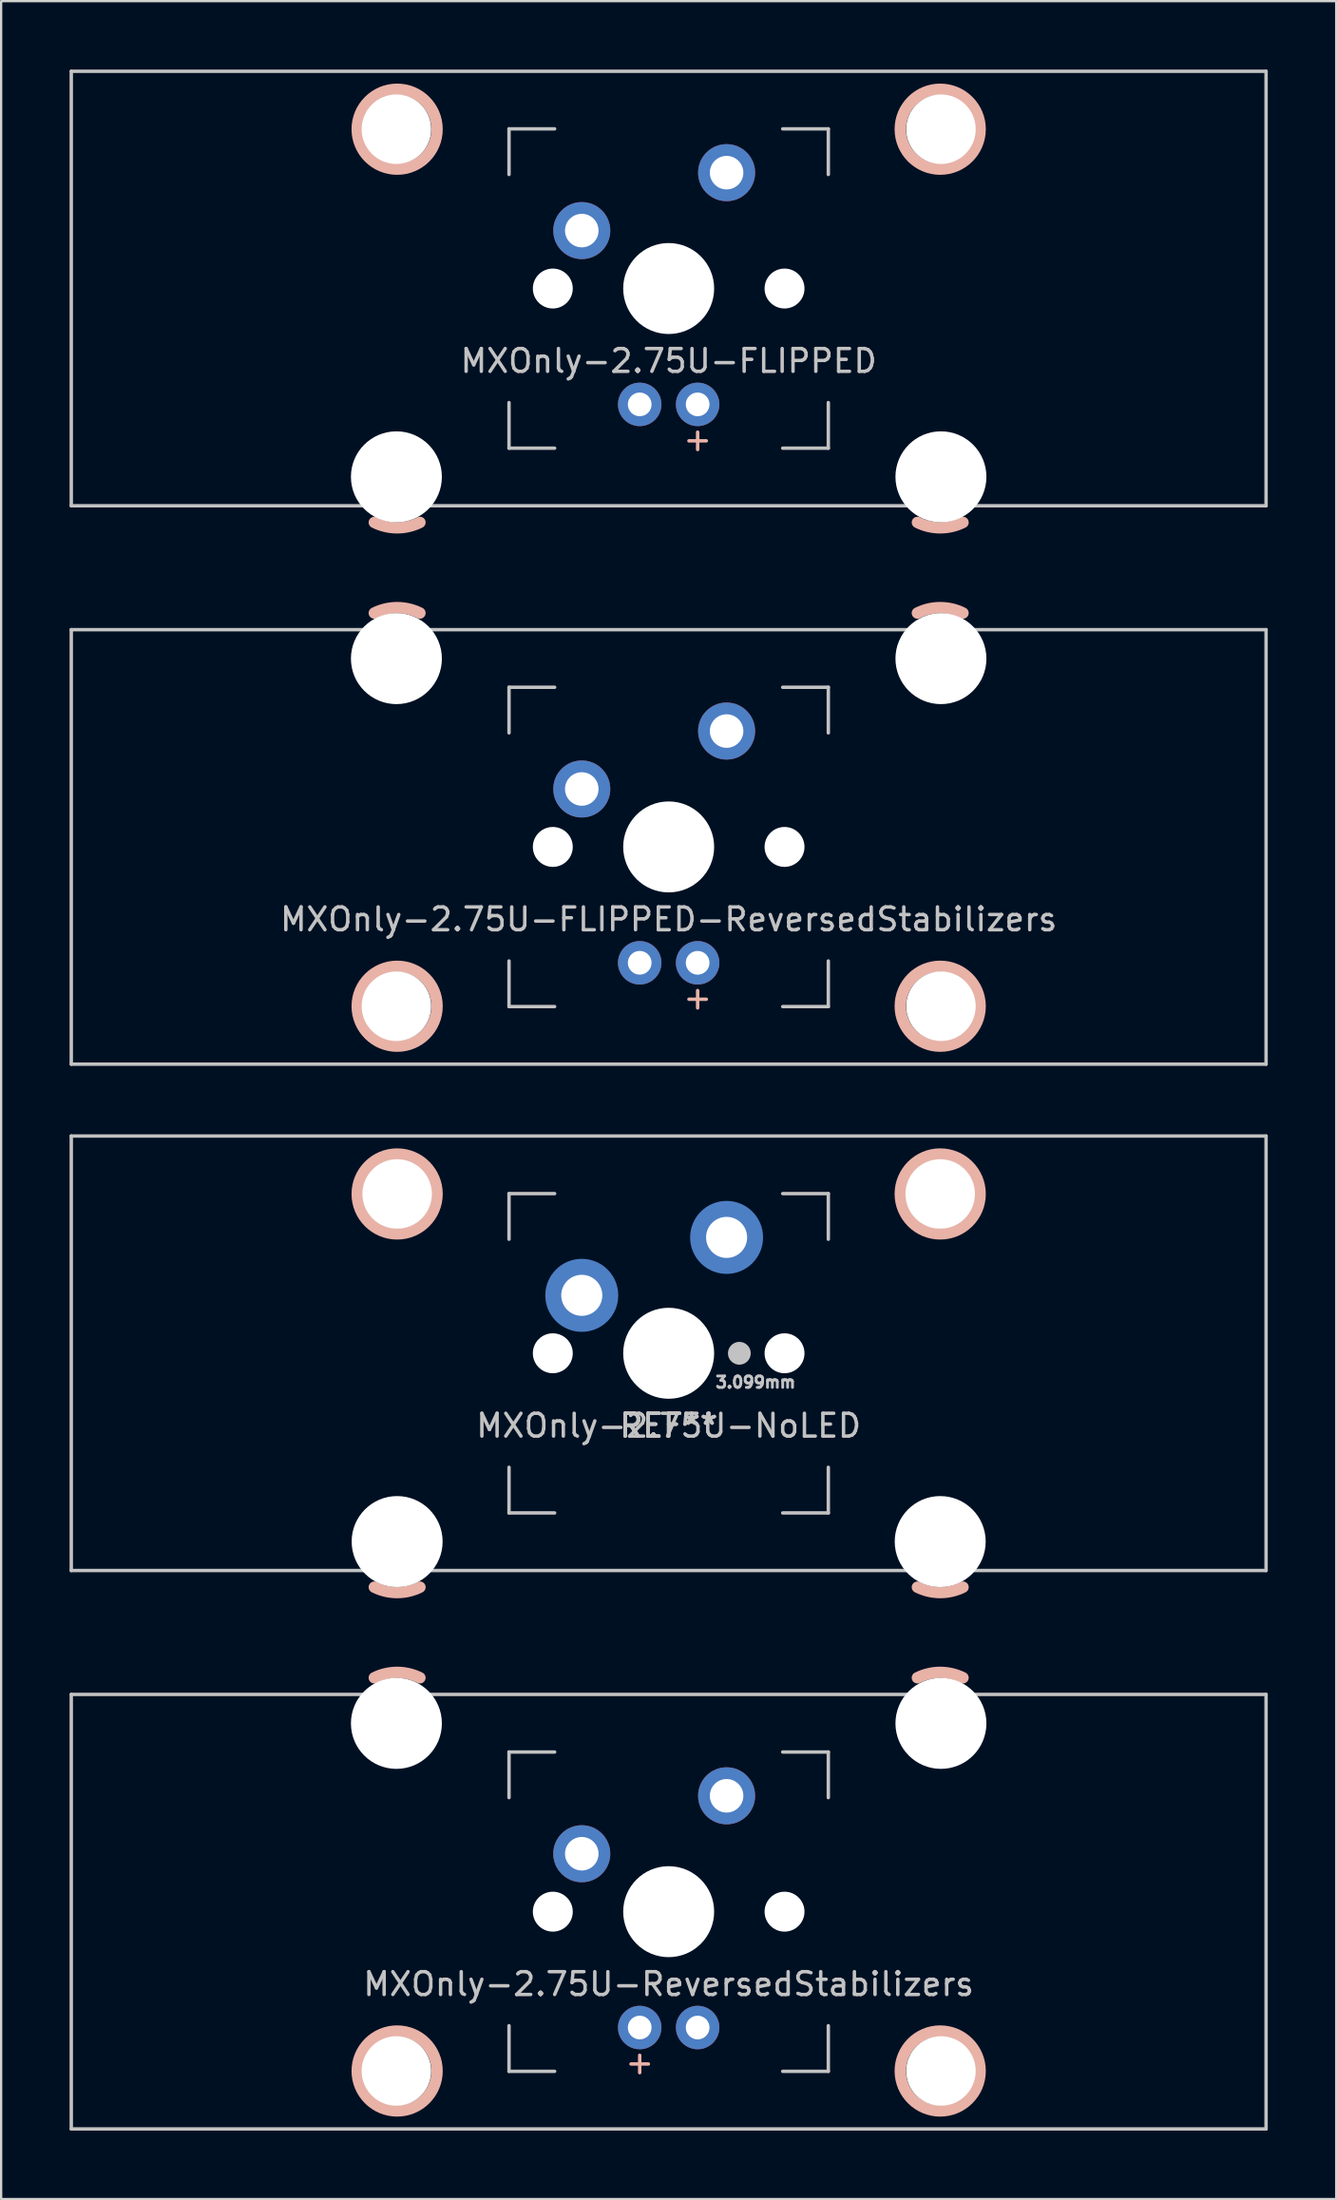
<source format=kicad_pcb>
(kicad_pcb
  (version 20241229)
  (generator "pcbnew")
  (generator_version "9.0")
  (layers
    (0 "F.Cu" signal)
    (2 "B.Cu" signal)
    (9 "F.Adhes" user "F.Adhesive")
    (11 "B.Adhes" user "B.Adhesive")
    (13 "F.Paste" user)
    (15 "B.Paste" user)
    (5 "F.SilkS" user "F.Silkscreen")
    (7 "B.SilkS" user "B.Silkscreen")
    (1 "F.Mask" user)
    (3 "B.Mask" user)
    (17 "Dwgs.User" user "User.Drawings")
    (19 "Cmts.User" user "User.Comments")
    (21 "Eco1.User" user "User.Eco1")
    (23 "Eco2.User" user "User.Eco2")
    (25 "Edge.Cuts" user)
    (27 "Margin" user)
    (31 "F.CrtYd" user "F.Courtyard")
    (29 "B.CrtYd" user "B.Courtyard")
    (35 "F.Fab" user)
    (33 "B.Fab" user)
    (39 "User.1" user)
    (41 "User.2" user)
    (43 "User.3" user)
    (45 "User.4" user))
  (footprint "MXOnly-2.75U-ReversedStabilizers"
    (layer "F.Cu")
    (at 26.269 80.764)
    (property "Reference" "MXOnly-2.75U-ReversedStabilizers" (at 0 3.175 0) (layer "Dwgs.User") (effects (font (size 1 1) (thickness 0.15))))
    (attr through_hole)
    (fp_arc (start -12.90625 -10.255) (mid -11.906837 -10.491068) (end -10.907301 -10.255525) (stroke (width 0.5) (type solid)) (layer "B.SilkS"))
    (fp_arc (start 10.90625 -10.255) (mid 11.905663 -10.491068) (end 12.905199 -10.255525) (stroke (width 0.5) (type solid)) (layer "B.SilkS"))
    (fp_circle (center -11.906 6.985) (end -13.656 6.985) (stroke (width 0.5) (type solid)) (fill no) (layer "B.SilkS"))
    (fp_circle (center 11.906 6.985) (end 10.156 6.985) (stroke (width 0.5) (type solid)) (fill no) (layer "B.SilkS"))
    (fp_line (start -26.194 -9.525) (end 26.194 -9.525) (stroke (width 0.15) (type solid)) (layer "Dwgs.User"))
    (fp_line (start -26.194 9.525) (end -26.194 -9.525) (stroke (width 0.15) (type solid)) (layer "Dwgs.User"))
    (fp_line (start -26.194 9.525) (end 26.194 9.525) (stroke (width 0.15) (type solid)) (layer "Dwgs.User"))
    (fp_line (start -7 -7) (end -7 -5) (stroke (width 0.15) (type solid)) (layer "Dwgs.User"))
    (fp_line (start -7 5) (end -7 7) (stroke (width 0.15) (type solid)) (layer "Dwgs.User"))
    (fp_line (start -7 7) (end -5 7) (stroke (width 0.15) (type solid)) (layer "Dwgs.User"))
    (fp_line (start -5 -7) (end -7 -7) (stroke (width 0.15) (type solid)) (layer "Dwgs.User"))
    (fp_line (start 5 -7) (end 7 -7) (stroke (width 0.15) (type solid)) (layer "Dwgs.User"))
    (fp_line (start 5 7) (end 7 7) (stroke (width 0.15) (type solid)) (layer "Dwgs.User"))
    (fp_line (start 7 -7) (end 7 -5) (stroke (width 0.15) (type solid)) (layer "Dwgs.User"))
    (fp_line (start 7 7) (end 7 5) (stroke (width 0.15) (type solid)) (layer "Dwgs.User"))
    (fp_line (start 26.194 -9.525) (end 26.194 9.525) (stroke (width 0.15) (type solid)) (layer "Dwgs.User"))
    (fp_text user "+" (at -1.27 6.604 0) (layer "B.SilkS") (effects (font (size 1 1) (thickness 0.15))))
    (pad "" np_thru_hole circle (at -11.938 -8.255) (size 3.988 3.988) (drill 3.988) (layers "*.Cu" "*.Mask"))
    (pad "" np_thru_hole circle (at -11.938 6.985) (size 3.048 3.048) (drill 3.048) (layers "*.Cu" "*.Mask"))
    (pad "" np_thru_hole circle (at -5.08 0 48.1) (size 1.75 1.75) (drill 1.75) (layers "*.Cu" "*.Mask"))
    (pad "" np_thru_hole circle (at 0 0) (size 3.988 3.988) (drill 3.988) (layers "*.Cu" "*.Mask"))
    (pad "" np_thru_hole circle (at 5.08 0 48.1) (size 1.75 1.75) (drill 1.75) (layers "*.Cu" "*.Mask"))
    (pad "" np_thru_hole circle (at 11.938 -8.255) (size 3.988 3.988) (drill 3.988) (layers "*.Cu" "*.Mask"))
    (pad "" np_thru_hole circle (at 11.938 6.985) (size 3.048 3.048) (drill 3.048) (layers "*.Cu" "*.Mask"))
    (pad "1" thru_hole circle (at -3.81 -2.54) (size 2.5 2.5) (drill 1.47) (layers "*.Cu" "*.Mask"))
    (pad "2" thru_hole circle (at 2.54 -5.08) (size 2.5 2.5) (drill 1.47) (layers "*.Cu" "*.Mask"))
    (pad "3" thru_hole circle (at -1.27 5.08) (size 1.905 1.905) (drill 1.04) (layers "*.Cu" "*.Mask"))
    (pad "4" thru_hole circle (at 1.27 5.08) (size 1.905 1.905) (drill 1.04) (layers "*.Cu" "*.Mask")))
  (footprint "MXOnly-2.75U-FLIPPED"
    (layer "F.Cu")
    (at 26.269 9.6)
    (property "Reference" "MXOnly-2.75U-FLIPPED" (at 0 3.175 0) (layer "Dwgs.User") (effects (font (size 1 1) (thickness 0.15))))
    (attr through_hole)
    (fp_arc (start -10.90625 10.255) (mid -11.905663 10.491068) (end -12.905199 10.255525) (stroke (width 0.5) (type solid)) (layer "B.SilkS"))
    (fp_arc (start 12.90625 10.255) (mid 11.906837 10.491068) (end 10.907301 10.255525) (stroke (width 0.5) (type solid)) (layer "B.SilkS"))
    (fp_circle (center -11.906 -6.985) (end -10.156 -6.985) (stroke (width 0.5) (type solid)) (fill no) (layer "B.SilkS"))
    (fp_circle (center 11.906 -6.985) (end 13.656 -6.985) (stroke (width 0.5) (type solid)) (fill no) (layer "B.SilkS"))
    (fp_line (start -26.194 -9.525) (end 26.194 -9.525) (stroke (width 0.15) (type solid)) (layer "Dwgs.User"))
    (fp_line (start -26.194 9.525) (end -26.194 -9.525) (stroke (width 0.15) (type solid)) (layer "Dwgs.User"))
    (fp_line (start -26.194 9.525) (end 26.194 9.525) (stroke (width 0.15) (type solid)) (layer "Dwgs.User"))
    (fp_line (start -7 -7) (end -7 -5) (stroke (width 0.15) (type solid)) (layer "Dwgs.User"))
    (fp_line (start -7 5) (end -7 7) (stroke (width 0.15) (type solid)) (layer "Dwgs.User"))
    (fp_line (start -7 7) (end -5 7) (stroke (width 0.15) (type solid)) (layer "Dwgs.User"))
    (fp_line (start -5 -7) (end -7 -7) (stroke (width 0.15) (type solid)) (layer "Dwgs.User"))
    (fp_line (start 5 -7) (end 7 -7) (stroke (width 0.15) (type solid)) (layer "Dwgs.User"))
    (fp_line (start 5 7) (end 7 7) (stroke (width 0.15) (type solid)) (layer "Dwgs.User"))
    (fp_line (start 7 -7) (end 7 -5) (stroke (width 0.15) (type solid)) (layer "Dwgs.User"))
    (fp_line (start 7 7) (end 7 5) (stroke (width 0.15) (type solid)) (layer "Dwgs.User"))
    (fp_line (start 26.194 -9.525) (end 26.194 9.525) (stroke (width 0.15) (type solid)) (layer "Dwgs.User"))
    (fp_text user "+" (at 1.27 6.604 0) (layer "B.SilkS") (effects (font (size 1 1) (thickness 0.15))))
    (pad "" np_thru_hole circle (at -11.938 -6.985) (size 3.048 3.048) (drill 3.048) (layers "*.Cu" "*.Mask"))
    (pad "" np_thru_hole circle (at -11.938 8.255) (size 3.988 3.988) (drill 3.988) (layers "*.Cu" "*.Mask"))
    (pad "" np_thru_hole circle (at -5.08 0 48.1) (size 1.75 1.75) (drill 1.75) (layers "*.Cu" "*.Mask"))
    (pad "" np_thru_hole circle (at 0 0) (size 3.988 3.988) (drill 3.988) (layers "*.Cu" "*.Mask"))
    (pad "" np_thru_hole circle (at 5.08 0 48.1) (size 1.75 1.75) (drill 1.75) (layers "*.Cu" "*.Mask"))
    (pad "" np_thru_hole circle (at 11.938 -6.985) (size 3.048 3.048) (drill 3.048) (layers "*.Cu" "*.Mask"))
    (pad "" np_thru_hole circle (at 11.938 8.255) (size 3.988 3.988) (drill 3.988) (layers "*.Cu" "*.Mask"))
    (pad "1" thru_hole circle (at -3.81 -2.54) (size 2.5 2.5) (drill 1.47) (layers "*.Cu" "*.Mask"))
    (pad "2" thru_hole circle (at 2.54 -5.08) (size 2.5 2.5) (drill 1.47) (layers "*.Cu" "*.Mask"))
    (pad "3" thru_hole circle (at 1.27 5.08) (size 1.905 1.905) (drill 1.04) (layers "*.Cu" "*.Mask"))
    (pad "4" thru_hole circle (at -1.27 5.08) (size 1.905 1.905) (drill 1.04) (layers "*.Cu" "*.Mask")))
  (footprint "MXOnly-2.75U-FLIPPED-ReversedStabilizers"
    (layer "F.Cu")
    (at 26.269 34.082)
    (property "Reference" "MXOnly-2.75U-FLIPPED-ReversedStabilizers" (at 0 3.175 0) (layer "Dwgs.User") (effects (font (size 1 1) (thickness 0.15))))
    (attr through_hole)
    (fp_arc (start -12.90625 -10.255) (mid -11.906837 -10.491068) (end -10.907301 -10.255525) (stroke (width 0.5) (type solid)) (layer "B.SilkS"))
    (fp_arc (start 10.90625 -10.255) (mid 11.905663 -10.491068) (end 12.905199 -10.255525) (stroke (width 0.5) (type solid)) (layer "B.SilkS"))
    (fp_circle (center -11.906 6.985) (end -13.656 6.985) (stroke (width 0.5) (type solid)) (fill no) (layer "B.SilkS"))
    (fp_circle (center 11.906 6.985) (end 10.156 6.985) (stroke (width 0.5) (type solid)) (fill no) (layer "B.SilkS"))
    (fp_line (start -26.194 -9.525) (end 26.194 -9.525) (stroke (width 0.15) (type solid)) (layer "Dwgs.User"))
    (fp_line (start -26.194 9.525) (end -26.194 -9.525) (stroke (width 0.15) (type solid)) (layer "Dwgs.User"))
    (fp_line (start -26.194 9.525) (end 26.194 9.525) (stroke (width 0.15) (type solid)) (layer "Dwgs.User"))
    (fp_line (start -7 -7) (end -7 -5) (stroke (width 0.15) (type solid)) (layer "Dwgs.User"))
    (fp_line (start -7 5) (end -7 7) (stroke (width 0.15) (type solid)) (layer "Dwgs.User"))
    (fp_line (start -7 7) (end -5 7) (stroke (width 0.15) (type solid)) (layer "Dwgs.User"))
    (fp_line (start -5 -7) (end -7 -7) (stroke (width 0.15) (type solid)) (layer "Dwgs.User"))
    (fp_line (start 5 -7) (end 7 -7) (stroke (width 0.15) (type solid)) (layer "Dwgs.User"))
    (fp_line (start 5 7) (end 7 7) (stroke (width 0.15) (type solid)) (layer "Dwgs.User"))
    (fp_line (start 7 -7) (end 7 -5) (stroke (width 0.15) (type solid)) (layer "Dwgs.User"))
    (fp_line (start 7 7) (end 7 5) (stroke (width 0.15) (type solid)) (layer "Dwgs.User"))
    (fp_line (start 26.194 -9.525) (end 26.194 9.525) (stroke (width 0.15) (type solid)) (layer "Dwgs.User"))
    (fp_text user "+" (at 1.27 6.604 0) (layer "B.SilkS") (effects (font (size 1 1) (thickness 0.15))))
    (pad "" np_thru_hole circle (at -11.938 -8.255) (size 3.988 3.988) (drill 3.988) (layers "*.Cu" "*.Mask"))
    (pad "" np_thru_hole circle (at -11.938 6.985) (size 3.048 3.048) (drill 3.048) (layers "*.Cu" "*.Mask"))
    (pad "" np_thru_hole circle (at -5.08 0 48.1) (size 1.75 1.75) (drill 1.75) (layers "*.Cu" "*.Mask"))
    (pad "" np_thru_hole circle (at 0 0) (size 3.988 3.988) (drill 3.988) (layers "*.Cu" "*.Mask"))
    (pad "" np_thru_hole circle (at 5.08 0 48.1) (size 1.75 1.75) (drill 1.75) (layers "*.Cu" "*.Mask"))
    (pad "" np_thru_hole circle (at 11.938 -8.255) (size 3.988 3.988) (drill 3.988) (layers "*.Cu" "*.Mask"))
    (pad "" np_thru_hole circle (at 11.938 6.985) (size 3.048 3.048) (drill 3.048) (layers "*.Cu" "*.Mask"))
    (pad "1" thru_hole circle (at -3.81 -2.54) (size 2.5 2.5) (drill 1.47) (layers "*.Cu" "*.Mask"))
    (pad "2" thru_hole circle (at 2.54 -5.08) (size 2.5 2.5) (drill 1.47) (layers "*.Cu" "*.Mask"))
    (pad "3" thru_hole circle (at 1.27 5.08) (size 1.905 1.905) (drill 1.04) (layers "*.Cu" "*.Mask"))
    (pad "4" thru_hole circle (at -1.27 5.08) (size 1.905 1.905) (drill 1.04) (layers "*.Cu" "*.Mask")))
  (footprint "MXOnly-2.75U-NoLED"
    (layer "F.Cu")
    (at 26.269 56.282)
    (property "Reference" "MXOnly-2.75U-NoLED" (at 0 3.175 0) (layer "Dwgs.User") (effects (font (size 1 1) (thickness 0.15))))
    (attr through_hole)
    (fp_arc (start -10.90625 10.255) (mid -11.905663 10.491068) (end -12.905199 10.255525) (stroke (width 0.5) (type solid)) (layer "B.SilkS"))
    (fp_arc (start 12.90625 10.255) (mid 11.906837 10.491068) (end 10.907301 10.255525) (stroke (width 0.5) (type solid)) (layer "B.SilkS"))
    (fp_circle (center -11.906 -6.985) (end -10.156 -6.985) (stroke (width 0.5) (type solid)) (fill no) (layer "B.SilkS"))
    (fp_circle (center 11.906 -6.985) (end 13.656 -6.985) (stroke (width 0.5) (type solid)) (fill no) (layer "B.SilkS"))
    (fp_line (start -26.194 -9.525) (end 26.194 -9.525) (stroke (width 0.15) (type solid)) (layer "Dwgs.User"))
    (fp_line (start -26.194 9.525) (end -26.194 -9.525) (stroke (width 0.15) (type solid)) (layer "Dwgs.User"))
    (fp_line (start -26.194 9.525) (end 26.194 9.525) (stroke (width 0.15) (type solid)) (layer "Dwgs.User"))
    (fp_line (start -7 -7) (end -7 -5) (stroke (width 0.15) (type solid)) (layer "Dwgs.User"))
    (fp_line (start -7 5) (end -7 7) (stroke (width 0.15) (type solid)) (layer "Dwgs.User"))
    (fp_line (start -7 7) (end -5 7) (stroke (width 0.15) (type solid)) (layer "Dwgs.User"))
    (fp_line (start -5 -7) (end -7 -7) (stroke (width 0.15) (type solid)) (layer "Dwgs.User"))
    (fp_line (start 5 -7) (end 7 -7) (stroke (width 0.15) (type solid)) (layer "Dwgs.User"))
    (fp_line (start 5 7) (end 7 7) (stroke (width 0.15) (type solid)) (layer "Dwgs.User"))
    (fp_line (start 7 -7) (end 7 -5) (stroke (width 0.15) (type solid)) (layer "Dwgs.User"))
    (fp_line (start 7 7) (end 7 5) (stroke (width 0.15) (type solid)) (layer "Dwgs.User"))
    (fp_line (start 26.194 -9.525) (end 26.194 9.525) (stroke (width 0.15) (type solid)) (layer "Dwgs.User"))
    (fp_text user "REF**" (at 0 3.175 0) (layer "Dwgs.User") (effects (font (size 1 1) (thickness 0.15))))
    (fp_text user "REF**" (at 0 3.175 0) (layer "Dwgs.User") (effects (font (size 1 1) (thickness 0.15))))
    (fp_text user "REF**" (at 0 3.175 0) (layer "Dwgs.User") (effects (font (size 1 1) (thickness 0.15))))
    (fp_text user "3.099mm" (at 3.81 1.27 0) (layer "Dwgs.User") (effects (font (size 0.5 0.5) (thickness 0.125))))
    (pad "" np_thru_hole circle (at -11.906 -6.985) (size 3.048 3.048) (drill 3.048) (layers "*.Cu" "*.Mask"))
    (pad "" np_thru_hole circle (at -11.906 8.255) (size 3.988 3.988) (drill 3.988) (layers "*.Cu" "*.Mask"))
    (pad "" np_thru_hole circle (at -5.08 0 48.1) (size 1.75 1.75) (drill 1.75) (layers "*.Cu" "*.Mask"))
    (pad "" smd circle (at -3.81 -2.54) (size 2.8 2.8) (layers "B.Mask"))
    (pad "" np_thru_hole circle (at 0 0) (size 3.988 3.988) (drill 3.988) (layers "*.Cu" "*.Mask"))
    (pad "" smd circle (at 2.54 -5.08) (size 2.8 2.8) (layers "B.Mask"))
    (pad "" smd circle (at 3.099 0) (size 1 1) (layers "Dwgs.User"))
    (pad "" np_thru_hole circle (at 5.08 0 48.1) (size 1.75 1.75) (drill 1.75) (layers "*.Cu" "*.Mask"))
    (pad "" np_thru_hole circle (at 11.906 -6.985) (size 3.048 3.048) (drill 3.048) (layers "*.Cu" "*.Mask"))
    (pad "" np_thru_hole circle (at 11.906 8.255) (size 3.988 3.988) (drill 3.988) (layers "*.Cu" "*.Mask"))
    (pad "1" thru_hole circle (at -3.81 -2.54) (size 2.4 2.4) (drill 1.8) (layers "*.Cu"))
    (pad "1" connect circle (at -3.81 -2.54) (size 3.2 3.2) (layers "B.Cu"))
    (pad "2" thru_hole circle (at 2.54 -5.08) (size 2.4 2.4) (drill 1.8) (layers "*.Cu"))
    (pad "2" connect circle (at 2.54 -5.08) (size 3.2 3.2) (layers "B.Cu")))
  (gr_rect
    (start -3 -3)
    (end 55.538 93.364)
    (stroke (width 0.1) (type default))
    (fill no)
    (layer "Edge.Cuts")))
</source>
